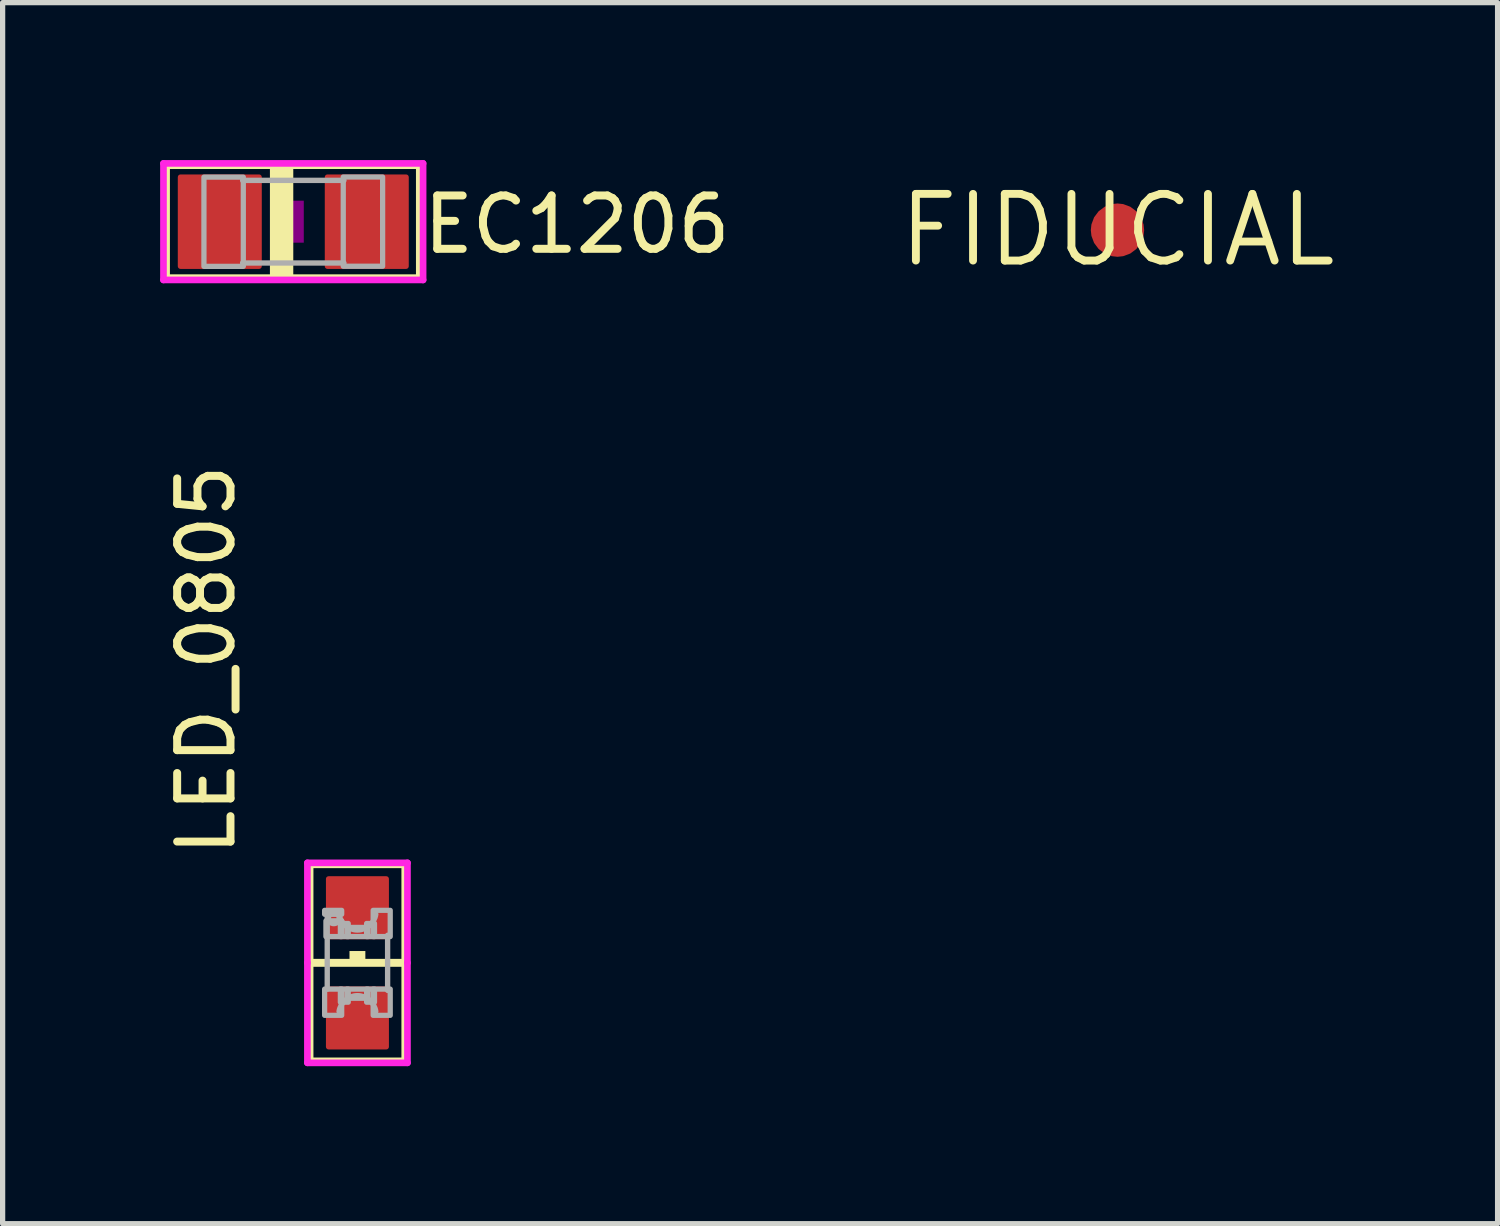
<source format=kicad_pcb>
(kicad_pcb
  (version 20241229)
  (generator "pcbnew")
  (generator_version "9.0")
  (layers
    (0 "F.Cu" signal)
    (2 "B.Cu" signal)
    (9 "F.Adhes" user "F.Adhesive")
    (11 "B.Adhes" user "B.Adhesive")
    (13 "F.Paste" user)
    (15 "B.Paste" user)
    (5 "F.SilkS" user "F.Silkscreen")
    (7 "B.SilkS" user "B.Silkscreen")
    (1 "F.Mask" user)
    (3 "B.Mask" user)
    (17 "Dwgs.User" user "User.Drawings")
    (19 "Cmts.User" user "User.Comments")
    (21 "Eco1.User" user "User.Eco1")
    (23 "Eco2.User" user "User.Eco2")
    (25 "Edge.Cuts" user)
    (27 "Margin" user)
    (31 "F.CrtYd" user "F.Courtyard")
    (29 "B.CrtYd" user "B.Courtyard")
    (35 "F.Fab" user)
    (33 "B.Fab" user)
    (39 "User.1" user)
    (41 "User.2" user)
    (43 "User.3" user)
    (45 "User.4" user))
  (footprint "LED_0805"
    (layer "F.Cu")
    (at 3.759 15.292)
    (property "Reference" "LED_0805" (at -2.286 -1.968 90) (layer "F.SilkS") (effects (font (size 1.016 1.016) (thickness 0.152)) (justify left bottom)))
    (attr smd)
    (fp_line (start -0.914 0) (end 0.914 0) (stroke (width 0.152) (type solid)) (layer "F.SilkS"))
    (fp_rect (start -0.914 -1.88) (end 0.914 1.88) (stroke (width 0.152) (type default)) (fill no) (layer "F.SilkS"))
    (fp_poly (pts (xy -0.151 0) (xy 0.151 0) (xy 0.151 -0.225) (xy -0.151 -0.225)) (stroke (width 0) (type default)) (fill yes) (layer "F.SilkS"))
    (fp_line (start -0.953 -1.905) (end 0.953 -1.905) (stroke (width 0.127) (type solid)) (layer "F.CrtYd"))
    (fp_line (start -0.953 0) (end -0.953 -1.905) (stroke (width 0.127) (type solid)) (layer "F.CrtYd"))
    (fp_line (start -0.953 1.905) (end -0.953 0) (stroke (width 0.127) (type solid)) (layer "F.CrtYd"))
    (fp_line (start 0.953 -1.905) (end 0.953 0) (stroke (width 0.127) (type solid)) (layer "F.CrtYd"))
    (fp_line (start 0.953 0) (end 0.953 1.905) (stroke (width 0.127) (type solid)) (layer "F.CrtYd"))
    (fp_line (start 0.953 1.905) (end -0.953 1.905) (stroke (width 0.127) (type solid)) (layer "F.CrtYd"))
    (fp_line (start -0.575 0.5) (end -0.575 -0.925) (stroke (width 0.102) (type solid)) (layer "F.Fab"))
    (fp_line (start 0.575 -0.525) (end 0.575 0.525) (stroke (width 0.102) (type solid)) (layer "F.Fab"))
    (fp_arc (start -0.35 0.925) (mid -0.000001 0.625027) (end 0.35 0.924998) (stroke (width 0.1016) (type solid)) (layer "F.Fab"))
    (fp_arc (start 0.35 -0.924998) (mid -0.000001 -0.625027) (end -0.35 -0.925) (stroke (width 0.1016) (type solid)) (layer "F.Fab"))
    (fp_circle (center -0.45 -0.85) (end -0.347 -0.85) (stroke (width 0.102) (type solid)) (fill no) (layer "F.Fab"))
    (fp_poly (pts (xy -0.625 -0.925) (xy -0.3 -0.925) (xy -0.3 -1) (xy -0.625 -1)) (stroke (width 0.1) (type default)) (fill no) (layer "F.Fab"))
    (fp_poly (pts (xy -0.625 1) (xy -0.3 1) (xy -0.3 0.5) (xy -0.625 0.5)) (stroke (width 0.1) (type default)) (fill no) (layer "F.Fab"))
    (fp_poly (pts (xy -0.6 -0.5) (xy -0.3 -0.5) (xy -0.3 -0.8) (xy -0.6 -0.8)) (stroke (width 0.1) (type default)) (fill no) (layer "F.Fab"))
    (fp_poly (pts (xy -0.325 -0.5) (xy -0.175 -0.5) (xy -0.175 -0.75) (xy -0.325 -0.75)) (stroke (width 0.1) (type default)) (fill no) (layer "F.Fab"))
    (fp_poly (pts (xy -0.325 0.75) (xy -0.175 0.75) (xy -0.175 0.5) (xy -0.325 0.5)) (stroke (width 0.1) (type default)) (fill no) (layer "F.Fab"))
    (fp_poly (pts (xy -0.2 -0.5) (xy 0.2 -0.5) (xy 0.2 -0.675) (xy -0.2 -0.675)) (stroke (width 0.1) (type default)) (fill no) (layer "F.Fab"))
    (fp_poly (pts (xy -0.2 0.675) (xy 0.2 0.675) (xy 0.2 0.5) (xy -0.2 0.5)) (stroke (width 0.1) (type default)) (fill no) (layer "F.Fab"))
    (fp_poly (pts (xy 0.175 -0.5) (xy 0.325 -0.5) (xy 0.325 -0.75) (xy 0.175 -0.75)) (stroke (width 0.1) (type default)) (fill no) (layer "F.Fab"))
    (fp_poly (pts (xy 0.175 0.75) (xy 0.325 0.75) (xy 0.325 0.5) (xy 0.175 0.5)) (stroke (width 0.1) (type default)) (fill no) (layer "F.Fab"))
    (fp_poly (pts (xy 0.3 -0.5) (xy 0.625 -0.5) (xy 0.625 -1) (xy 0.3 -1)) (stroke (width 0.1) (type default)) (fill no) (layer "F.Fab"))
    (fp_poly (pts (xy 0.3 1) (xy 0.625 1) (xy 0.625 0.5) (xy 0.3 0.5)) (stroke (width 0.1) (type default)) (fill no) (layer "F.Fab"))
    (pad "A" smd roundrect (at 0 1.05) (size 1.2 1.2) (layers "F.Cu" "F.Mask" "F.Paste") (roundrect_rratio 0.042))
    (pad "C" smd roundrect (at 0 -1.05) (size 1.2 1.2) (layers "F.Cu" "F.Mask" "F.Paste") (roundrect_rratio 0.042)))
  (footprint "EC1206"
    (layer "F.Cu")
    (at 2.537 1.173)
    (property "Reference" "EC1206" (at 2.401 0.649 0) (layer "F.SilkS") (effects (font (size 1.016 1.016) (thickness 0.152)) (justify left bottom)))
    (attr smd)
    (fp_rect (start -2.426 -1.079) (end 2.413 1.079) (stroke (width 0.152) (type default)) (fill no) (layer "F.SilkS"))
    (fp_poly (pts (xy -0.445 1.143) (xy 0 1.143) (xy 0 -1.143) (xy -0.445 -1.143)) (stroke (width 0) (type default)) (fill yes) (layer "F.SilkS"))
    (fp_poly (pts (xy -0.2 0.4) (xy 0.2 0.4) (xy 0.2 -0.4) (xy -0.2 -0.4)) (stroke (width 0) (type default)) (fill yes) (layer "F.Adhes"))
    (fp_line (start -2.473 -1.11) (end 2.473 -1.11) (stroke (width 0.127) (type solid)) (layer "F.CrtYd"))
    (fp_line (start -2.473 1.11) (end -2.473 -1.11) (stroke (width 0.127) (type solid)) (layer "F.CrtYd"))
    (fp_line (start 2.473 -1.11) (end 2.473 1.11) (stroke (width 0.127) (type solid)) (layer "F.CrtYd"))
    (fp_line (start 2.473 1.11) (end -2.473 1.11) (stroke (width 0.127) (type solid)) (layer "F.CrtYd"))
    (fp_line (start -0.965 -0.787) (end 0.965 -0.787) (stroke (width 0.102) (type solid)) (layer "F.Fab"))
    (fp_line (start -0.965 0.787) (end 0.965 0.787) (stroke (width 0.102) (type solid)) (layer "F.Fab"))
    (fp_poly (pts (xy -1.702 0.851) (xy -0.952 0.851) (xy -0.952 -0.849) (xy -1.702 -0.849)) (stroke (width 0.1) (type default)) (fill no) (layer "F.Fab"))
    (fp_poly (pts (xy 0.952 0.849) (xy 1.702 0.849) (xy 1.702 -0.851) (xy 0.952 -0.851)) (stroke (width 0.1) (type default)) (fill no) (layer "F.Fab"))
    (pad "+" smd roundrect (at -1.4 0) (size 1.6 1.8) (layers "F.Cu" "F.Mask" "F.Paste") (roundrect_rratio 0.032))
    (pad "-" smd roundrect (at 1.4 0) (size 1.6 1.8) (layers "F.Cu" "F.Mask" "F.Paste") (roundrect_rratio 0.032)))
  (footprint "FIDUCIAL"
    (layer "F.Cu")
    (at 18.238 1.334)
    (property "Reference" "FIDUCIAL" (at 0 0 0) (layer "F.SilkS") (effects (font (size 1.27 1.27) (thickness 0.15))))
    (attr exclude_from_bom)
    (fp_poly (pts (xy 0.232 -1.313) (xy 0.456 -1.253) (xy 0.667 -1.155) (xy 0.857 -1.022) (xy 1.022 -0.857) (xy 1.155 -0.667) (xy 1.254 -0.454) (xy 1.334 -0.003) (xy 1.313 0.232) (xy 1.253 0.456) (xy 1.155 0.667) (xy 1.022 0.857) (xy 0.857 1.022) (xy 0.667 1.155) (xy 0.456 1.253) (xy 0.232 1.313) (xy 0 1.334) (xy -0.232 1.313) (xy -0.456 1.253) (xy -0.667 1.155) (xy -0.857 1.022) (xy -1.022 0.857) (xy -1.155 0.667) (xy -1.253 0.456) (xy -1.313 0.232) (xy -1.334 0) (xy -1.313 -0.232) (xy -1.253 -0.456) (xy -1.155 -0.667) (xy -1.022 -0.857) (xy -0.857 -1.022) (xy -0.667 -1.155) (xy -0.456 -1.253) (xy -0.232 -1.313) (xy 0 -1.334)) (stroke (width 0) (type default)) (fill yes) (layer "F.Mask"))
    (pad "" smd roundrect (at 0 0) (size 1.016 1.016) (layers "F.Cu" "F.Mask") (roundrect_rratio 0.5)))
  (gr_rect
    (start -3 -3)
    (end 25.479 20.261)
    (stroke (width 0.1) (type default))
    (fill no)
    (layer "Edge.Cuts")))
</source>
